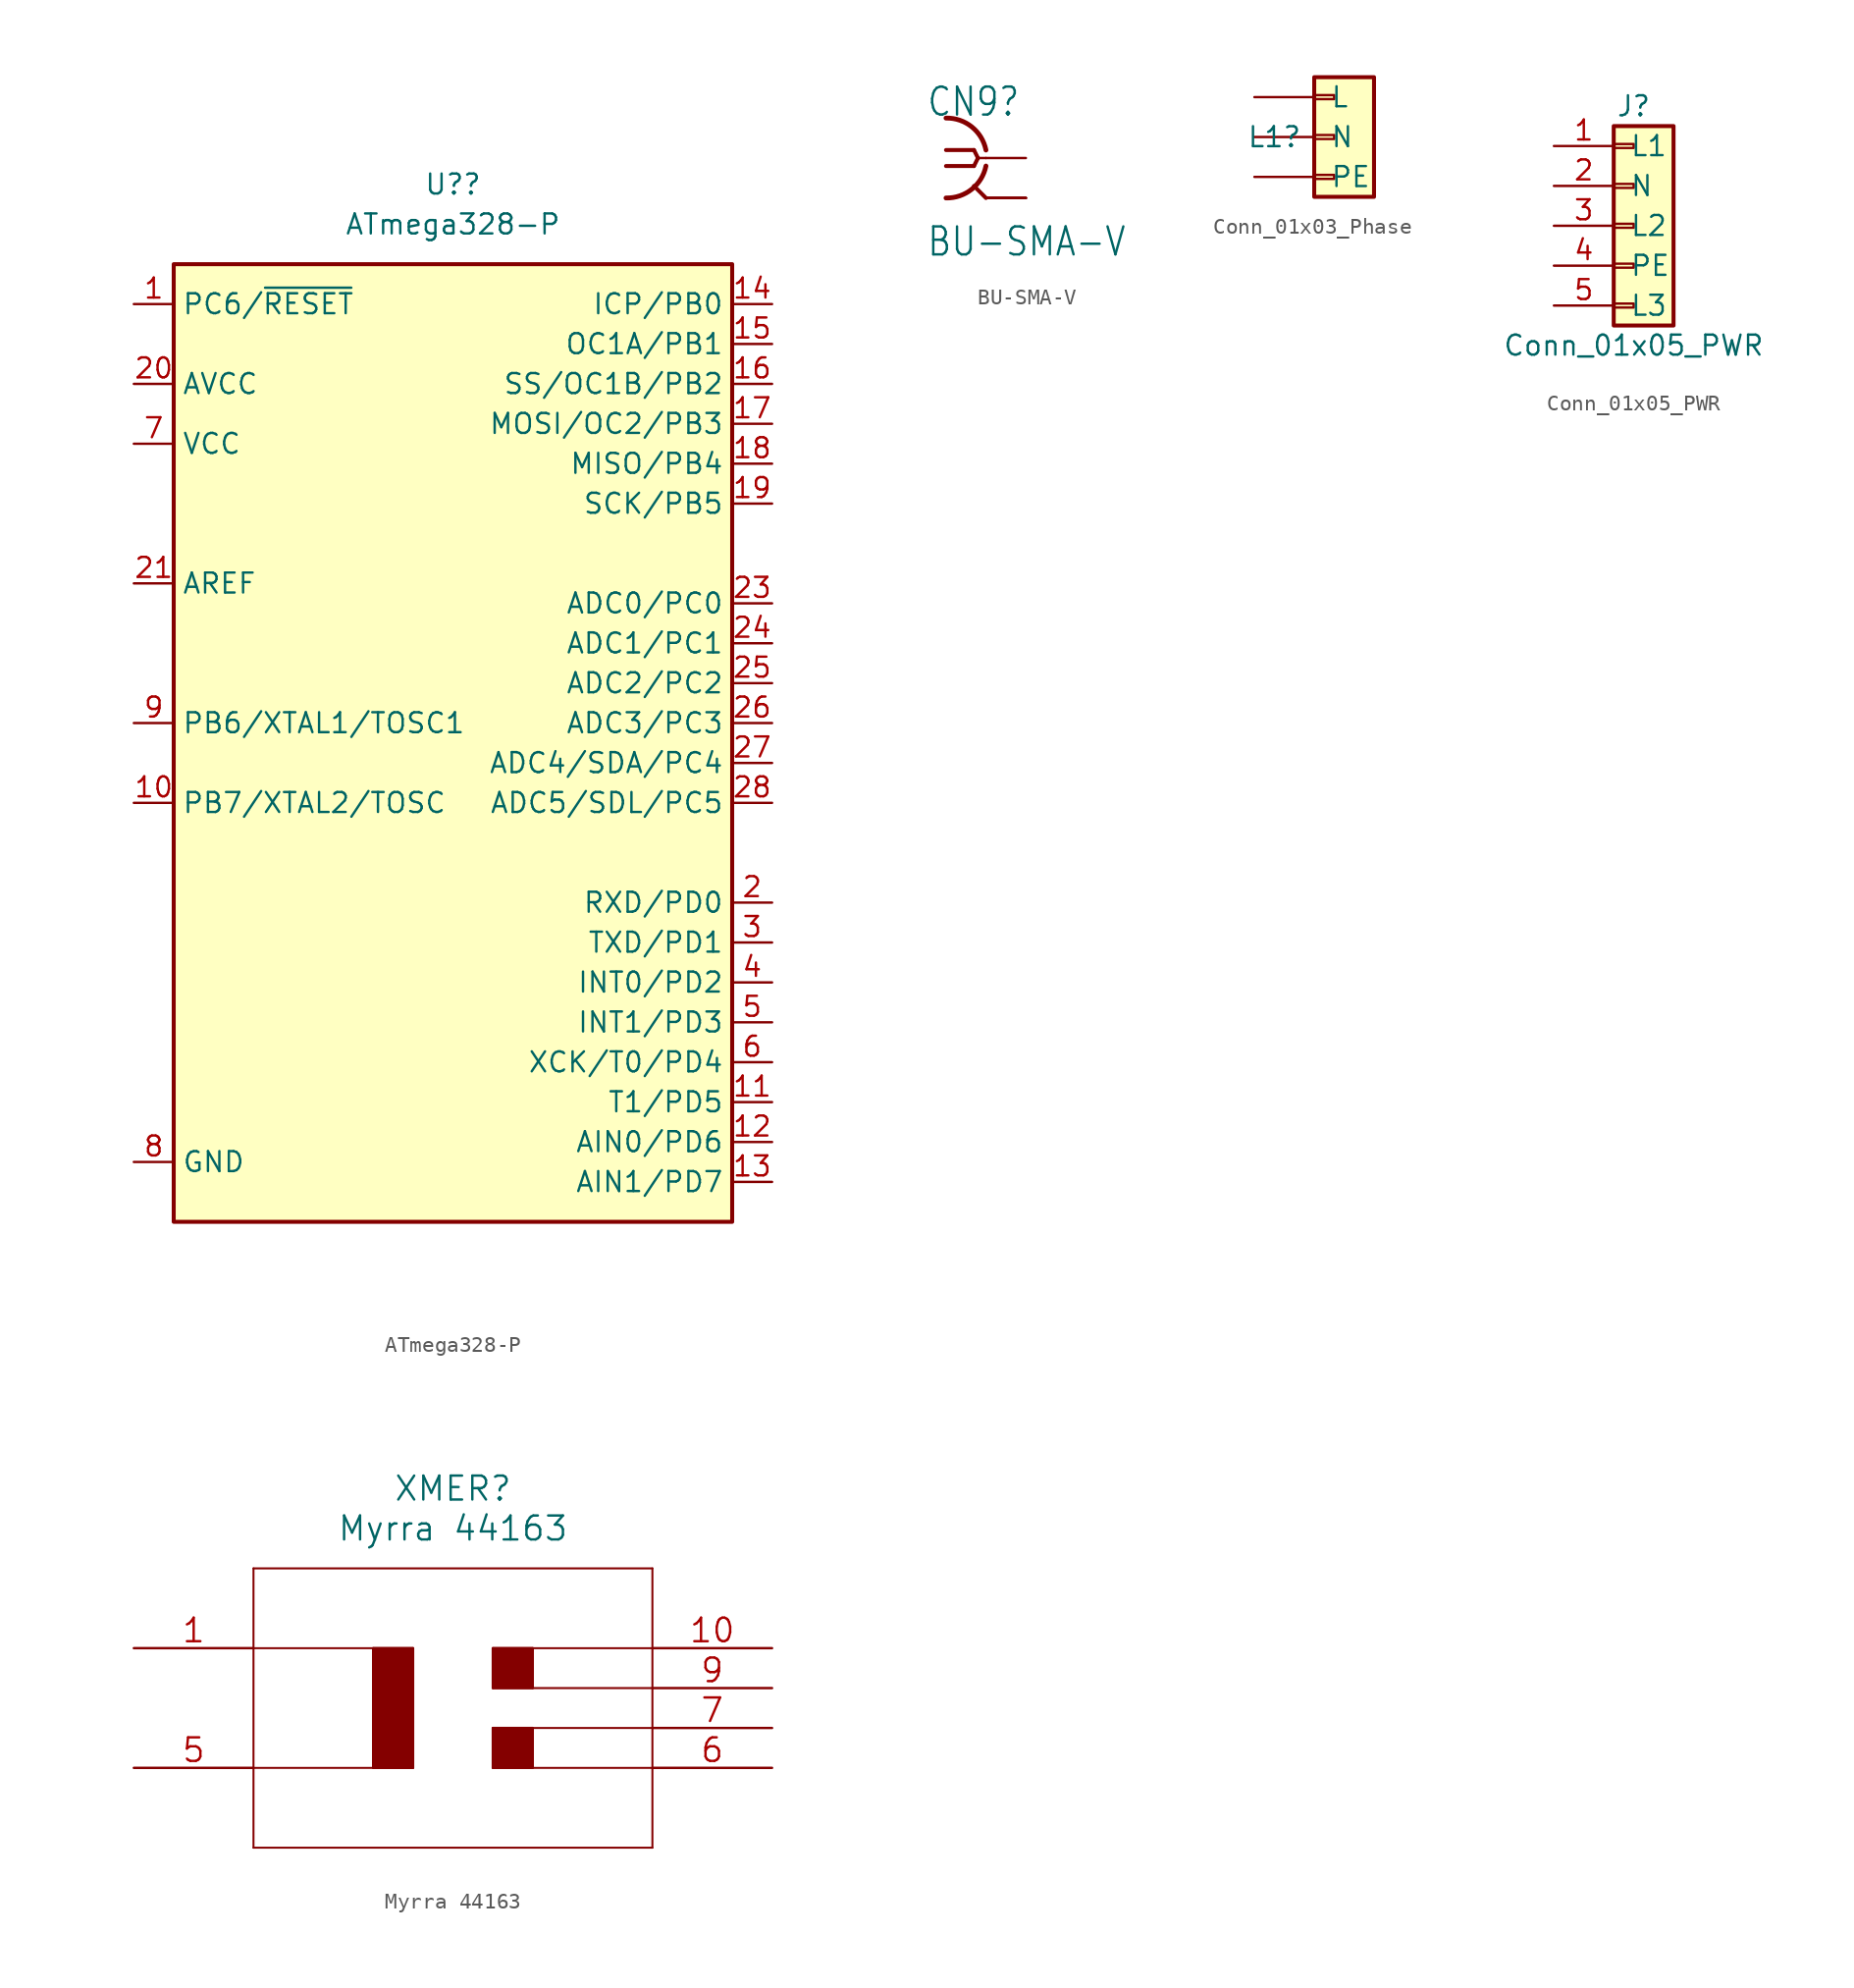
<source format=kicad_sym>
(kicad_symbol_lib
  (version 20220914)
  (generator kicad_symbol_editor)
  (symbol "ATmega328-P"
    (property "Reference" "U?"
      (at 0 35.56 0)
      (effects (font (size 1.27 1.27))))
    (property "Value" "ATmega328-P"
      (at 0 33.02 0)
      (effects (font (size 1.27 1.27))))
    (symbol "ATmega328-P_0_1"
      (rectangle (start -17.78 30.48) (end 17.78 -30.48) (stroke (width 0.254) (type default)) (fill (type background))))
    (symbol "ATmega328-P_1_1"
      (pin bidirectional line (at -20.32 27.94 0) (length 2.54) (name "PC6/~{RESET}" (effects (font (size 1.27 1.27)))) (number "1" (effects (font (size 1.27 1.27)))))
      (pin bidirectional line (at -20.32 -3.81 0) (length 2.54) (name "PB7/XTAL2/TOSC" (effects (font (size 1.27 1.27)))) (number "10" (effects (font (size 1.27 1.27)))))
      (pin bidirectional line (at 20.32 -22.86 180) (length 2.54) (name "T1/PD5" (effects (font (size 1.27 1.27)))) (number "11" (effects (font (size 1.27 1.27)))))
      (pin bidirectional line (at 20.32 -25.4 180) (length 2.54) (name "AIN0/PD6" (effects (font (size 1.27 1.27)))) (number "12" (effects (font (size 1.27 1.27)))))
      (pin bidirectional line (at 20.32 -27.94 180) (length 2.54) (name "AIN1/PD7" (effects (font (size 1.27 1.27)))) (number "13" (effects (font (size 1.27 1.27)))))
      (pin bidirectional line (at 20.32 27.94 180) (length 2.54) (name "ICP/PB0" (effects (font (size 1.27 1.27)))) (number "14" (effects (font (size 1.27 1.27)))))
      (pin bidirectional line (at 20.32 25.4 180) (length 2.54) (name "OC1A/PB1" (effects (font (size 1.27 1.27)))) (number "15" (effects (font (size 1.27 1.27)))))
      (pin bidirectional line (at 20.32 22.86 180) (length 2.54) (name "SS/OC1B/PB2" (effects (font (size 1.27 1.27)))) (number "16" (effects (font (size 1.27 1.27)))))
      (pin bidirectional line (at 20.32 20.32 180) (length 2.54) (name "MOSI/OC2/PB3" (effects (font (size 1.27 1.27)))) (number "17" (effects (font (size 1.27 1.27)))))
      (pin bidirectional line (at 20.32 17.78 180) (length 2.54) (name "MISO/PB4" (effects (font (size 1.27 1.27)))) (number "18" (effects (font (size 1.27 1.27)))))
      (pin bidirectional line (at 20.32 15.24 180) (length 2.54) (name "SCK/PB5" (effects (font (size 1.27 1.27)))) (number "19" (effects (font (size 1.27 1.27)))))
      (pin bidirectional line (at 20.32 -10.16 180) (length 2.54) (name "RXD/PD0" (effects (font (size 1.27 1.27)))) (number "2" (effects (font (size 1.27 1.27)))))
      (pin power_in line (at -20.32 22.86 0) (length 2.54) (name "AVCC" (effects (font (size 1.27 1.27)))) (number "20" (effects (font (size 1.27 1.27)))))
      (pin passive line (at -20.32 10.16 0) (length 2.54) (name "AREF" (effects (font (size 1.27 1.27)))) (number "21" (effects (font (size 1.27 1.27)))))
      (pin passive line (at -20.32 -26.67 0) (length 2.54) hide (name "GND" (effects (font (size 1.27 1.27)))) (number "22" (effects (font (size 1.27 1.27)))))
      (pin bidirectional line (at 20.32 8.89 180) (length 2.54) (name "ADC0/PC0" (effects (font (size 1.27 1.27)))) (number "23" (effects (font (size 1.27 1.27)))))
      (pin bidirectional line (at 20.32 6.35 180) (length 2.54) (name "ADC1/PC1" (effects (font (size 1.27 1.27)))) (number "24" (effects (font (size 1.27 1.27)))))
      (pin bidirectional line (at 20.32 3.81 180) (length 2.54) (name "ADC2/PC2" (effects (font (size 1.27 1.27)))) (number "25" (effects (font (size 1.27 1.27)))))
      (pin bidirectional line (at 20.32 1.27 180) (length 2.54) (name "ADC3/PC3" (effects (font (size 1.27 1.27)))) (number "26" (effects (font (size 1.27 1.27)))))
      (pin bidirectional line (at 20.32 -1.27 180) (length 2.54) (name "ADC4/SDA/PC4" (effects (font (size 1.27 1.27)))) (number "27" (effects (font (size 1.27 1.27)))))
      (pin bidirectional line (at 20.32 -3.81 180) (length 2.54) (name "ADC5/SDL/PC5" (effects (font (size 1.27 1.27)))) (number "28" (effects (font (size 1.27 1.27)))))
      (pin bidirectional line (at 20.32 -12.7 180) (length 2.54) (name "TXD/PD1" (effects (font (size 1.27 1.27)))) (number "3" (effects (font (size 1.27 1.27)))))
      (pin bidirectional line (at 20.32 -15.24 180) (length 2.54) (name "INT0/PD2" (effects (font (size 1.27 1.27)))) (number "4" (effects (font (size 1.27 1.27)))))
      (pin bidirectional line (at 20.32 -17.78 180) (length 2.54) (name "INT1/PD3" (effects (font (size 1.27 1.27)))) (number "5" (effects (font (size 1.27 1.27)))))
      (pin bidirectional line (at 20.32 -20.32 180) (length 2.54) (name "XCK/T0/PD4" (effects (font (size 1.27 1.27)))) (number "6" (effects (font (size 1.27 1.27)))))
      (pin power_in line (at -20.32 19.05 0) (length 2.54) (name "VCC" (effects (font (size 1.27 1.27)))) (number "7" (effects (font (size 1.27 1.27)))))
      (pin power_in line (at -20.32 -26.67 0) (length 2.54) (name "GND" (effects (font (size 1.27 1.27)))) (number "8" (effects (font (size 1.27 1.27)))))
      (pin bidirectional line (at -20.32 1.27 0) (length 2.54) (name "PB6/XTAL1/TOSC1" (effects (font (size 1.27 1.27)))) (number "9" (effects (font (size 1.27 1.27)))))))
  (symbol "BU-SMA-V"
    (property "Reference" "CN9"
      (at -3.81 2.54 0)
      (effects (font (size 1.778 1.511)) (justify left bottom)))
    (property "Value" "BU-SMA-V"
      (at -3.81 -6.35 0)
      (effects (font (size 1.778 1.511)) (justify left bottom)))
    (property "ki_locked" ""
      (at 0 0 0)
      (effects (font (size 1.27 1.27))))
    (symbol "BU-SMA-V_1_0"
      (arc (start -2.54 -2.54) (mid -0.9022 -1.9838) (end 0 -0.508) (stroke (width 0.3048) (type default)) (fill (type none)))
      (polyline (pts (xy -2.54 0.508) (xy -0.762 0.508)) (stroke (width 0.254) (type default)) (fill (type none)))
      (polyline (pts (xy -0.762 -0.508) (xy -2.54 -0.508)) (stroke (width 0.254) (type default)) (fill (type none)))
      (polyline (pts (xy -0.762 0.508) (xy -0.508 0)) (stroke (width 0.254) (type default)) (fill (type none)))
      (polyline (pts (xy -0.508 0) (xy -0.762 -0.508)) (stroke (width 0.254) (type default)) (fill (type none)))
      (polyline (pts (xy 0 -2.54) (xy -0.762 -1.778)) (stroke (width 0.254) (type default)) (fill (type none)))
      (polyline (pts (xy 0 0) (xy -0.508 0)) (stroke (width 0.152) (type default)) (fill (type none)))
      (arc (start 0 0.508) (mid -0.9022 1.9838) (end -2.54 2.54) (stroke (width 0.3048) (type default)) (fill (type none)))
      (pin passive line (at 2.54 0 180) (length 2.54) (name "1" (effects (font (size 0 0)))) (number "1" (effects (font (size 0 0)))))
      (pin passive line (at 2.54 -2.54 180) (length 2.54) (name "2" (effects (font (size 0 0)))) (number "2" (effects (font (size 0 0)))))
      (pin passive line (at 2.54 -2.54 180) (length 2.54) (name "2" (effects (font (size 0 0)))) (number "3" (effects (font (size 0 0)))))
      (pin passive line (at 2.54 -2.54 180) (length 2.54) (name "2" (effects (font (size 0 0)))) (number "4" (effects (font (size 0 0)))))
      (pin passive line (at 2.54 -2.54 180) (length 2.54) (name "2" (effects (font (size 0 0)))) (number "5" (effects (font (size 0 0)))))))
  (symbol "Conn_01x03_Phase"
    (pin_numbers hide)
    (pin_names
      (offset 1.016))
    (property "Reference" "L1"
      (at -3.81 0 0)
      (effects (font (size 1.27 1.27))))
    (symbol "Conn_01x03_Phase_1_1"
      (rectangle (start -1.27 -2.413) (end 0 -2.667) (stroke (width 0.152) (type default)) (fill (type none)))
      (rectangle (start -1.27 0.127) (end 0 -0.127) (stroke (width 0.152) (type default)) (fill (type none)))
      (rectangle (start -1.27 2.667) (end 0 2.413) (stroke (width 0.152) (type default)) (fill (type none)))
      (rectangle (start -1.27 3.81) (end 2.54 -3.81) (stroke (width 0.254) (type default)) (fill (type background)))
      (pin passive line (at -5.08 -2.54 0) (length 3.81) (name "PE" (effects (font (size 1.27 1.27)))) (number "1" (effects (font (size 1.27 1.27)))))
      (pin power_out line (at -5.08 0 0) (length 3.81) (name "N" (effects (font (size 1.27 1.27)))) (number "2" (effects (font (size 1.27 1.27)))))
      (pin power_out line (at -5.08 2.54 0) (length 3.81) (name "L" (effects (font (size 1.27 1.27)))) (number "3" (effects (font (size 1.27 1.27)))))))
  (symbol "Conn_01x05_PWR"
    (pin_names
      (offset 1.016))
    (property "Reference" "J"
      (at 0 7.62 0)
      (effects (font (size 1.27 1.27))))
    (property "Value" "Conn_01x05_PWR"
      (at 0 -7.62 0)
      (effects (font (size 1.27 1.27))))
    (symbol "Conn_01x05_PWR_1_1"
      (rectangle (start -1.27 -4.953) (end 0 -5.207) (stroke (width 0.152) (type default)) (fill (type none)))
      (rectangle (start -1.27 -2.413) (end 0 -2.667) (stroke (width 0.152) (type default)) (fill (type none)))
      (rectangle (start -1.27 0.127) (end 0 -0.127) (stroke (width 0.152) (type default)) (fill (type none)))
      (rectangle (start -1.27 2.667) (end 0 2.413) (stroke (width 0.152) (type default)) (fill (type none)))
      (rectangle (start -1.27 5.207) (end 0 4.953) (stroke (width 0.152) (type default)) (fill (type none)))
      (rectangle (start -1.27 6.35) (end 2.54 -6.35) (stroke (width 0.254) (type default)) (fill (type background)))
      (pin power_out line (at -5.08 5.08 0) (length 3.81) (name "L1" (effects (font (size 1.27 1.27)))) (number "1" (effects (font (size 1.27 1.27)))))
      (pin power_out line (at -5.08 2.54 0) (length 3.81) (name "N" (effects (font (size 1.27 1.27)))) (number "2" (effects (font (size 1.27 1.27)))))
      (pin power_out line (at -5.08 0 0) (length 3.81) (name "L2" (effects (font (size 1.27 1.27)))) (number "3" (effects (font (size 1.27 1.27)))))
      (pin passive line (at -5.08 -2.54 0) (length 3.81) (name "PE" (effects (font (size 1.27 1.27)))) (number "4" (effects (font (size 1.27 1.27)))))
      (pin power_out line (at -5.08 -5.08 0) (length 3.81) (name "L3" (effects (font (size 1.27 1.27)))) (number "5" (effects (font (size 1.27 1.27)))))))
  (symbol "Myrra 44163"
    (pin_names
      (offset 0.254) hide)
    (property "Reference" "XMER"
      (at 20.32 10.16 0)
      (effects (font (size 1.524 1.524))))
    (property "Value" "Myrra 44163"
      (at 20.32 7.62 0)
      (effects (font (size 1.524 1.524))))
    (property "Datasheet" ""
      (at 0 0 0)
      (effects (font (size 1.524 1.524))))
    (symbol "Myrra 44163_1_1"
      (polyline (pts (xy 7.62 -12.7) (xy 33.02 -12.7)) (stroke (width 0.127) (type default)) (fill (type none)))
      (polyline (pts (xy 7.62 0) (xy 17.78 0)) (stroke (width 0.127) (type default)) (fill (type none)))
      (polyline (pts (xy 7.62 5.08) (xy 7.62 -12.7)) (stroke (width 0.127) (type default)) (fill (type none)))
      (polyline (pts (xy 15.24 -7.62) (xy 15.24 0)) (stroke (width 0.127) (type default)) (fill (type none)))
      (polyline (pts (xy 17.78 -7.62) (xy 7.62 -7.62)) (stroke (width 0.127) (type default)) (fill (type none)))
      (polyline (pts (xy 17.78 0) (xy 17.78 -7.62)) (stroke (width 0.127) (type default)) (fill (type none)))
      (polyline (pts (xy 22.86 -7.62) (xy 33.02 -7.62)) (stroke (width 0.127) (type default)) (fill (type none)))
      (polyline (pts (xy 22.86 -5.08) (xy 22.86 -7.62)) (stroke (width 0.127) (type default)) (fill (type none)))
      (polyline (pts (xy 22.86 -2.54) (xy 33.02 -2.54)) (stroke (width 0.127) (type default)) (fill (type none)))
      (polyline (pts (xy 22.86 0) (xy 22.86 -2.54)) (stroke (width 0.127) (type default)) (fill (type none)))
      (polyline (pts (xy 25.4 -5.08) (xy 25.4 -7.62)) (stroke (width 0.127) (type default)) (fill (type none)))
      (polyline (pts (xy 25.4 0) (xy 25.4 -2.54)) (stroke (width 0.127) (type default)) (fill (type none)))
      (polyline (pts (xy 33.02 -12.7) (xy 33.02 5.08)) (stroke (width 0.127) (type default)) (fill (type none)))
      (polyline (pts (xy 33.02 -5.08) (xy 22.86 -5.08)) (stroke (width 0.127) (type default)) (fill (type none)))
      (polyline (pts (xy 33.02 0) (xy 22.86 0)) (stroke (width 0.127) (type default)) (fill (type none)))
      (polyline (pts (xy 33.02 5.08) (xy 7.62 5.08)) (stroke (width 0.127) (type default)) (fill (type none)))
      (polyline (pts (xy 15.24 0) (xy 15.24 -7.62) (xy 17.78 -7.62) (xy 17.78 0) (xy 15.24 0)) (stroke (width 0) (type default)) (fill (type outline)))
      (polyline (pts (xy 22.86 -5.08) (xy 22.86 -7.62) (xy 25.4 -7.62) (xy 25.4 -5.08) (xy 22.86 -5.08)) (stroke (width 0) (type default)) (fill (type outline)))
      (polyline (pts (xy 22.86 0) (xy 22.86 -2.54) (xy 25.4 -2.54) (xy 25.4 0) (xy 22.86 0)) (stroke (width 0) (type default)) (fill (type outline)))
      (pin power_in line (at 0 0 0) (length 7.62) (name "1" (effects (font (size 1.499 1.499)))) (number "1" (effects (font (size 1.499 1.499)))))
      (pin power_out line (at 40.64 0 180) (length 7.62) (name "10" (effects (font (size 1.499 1.499)))) (number "10" (effects (font (size 1.499 1.499)))))
      (pin power_in line (at 0 -7.62 0) (length 7.62) (name "5" (effects (font (size 1.499 1.499)))) (number "5" (effects (font (size 1.499 1.499)))))
      (pin power_out line (at 40.64 -7.62 180) (length 7.62) (name "6" (effects (font (size 1.499 1.499)))) (number "6" (effects (font (size 1.499 1.499)))))
      (pin power_out line (at 40.64 -5.08 180) (length 7.62) (name "7" (effects (font (size 1.499 1.499)))) (number "7" (effects (font (size 1.499 1.499)))))
      (pin power_out line (at 40.64 -2.54 180) (length 7.62) (name "9" (effects (font (size 1.499 1.499)))) (number "9" (effects (font (size 1.499 1.499))))))))
</source>
